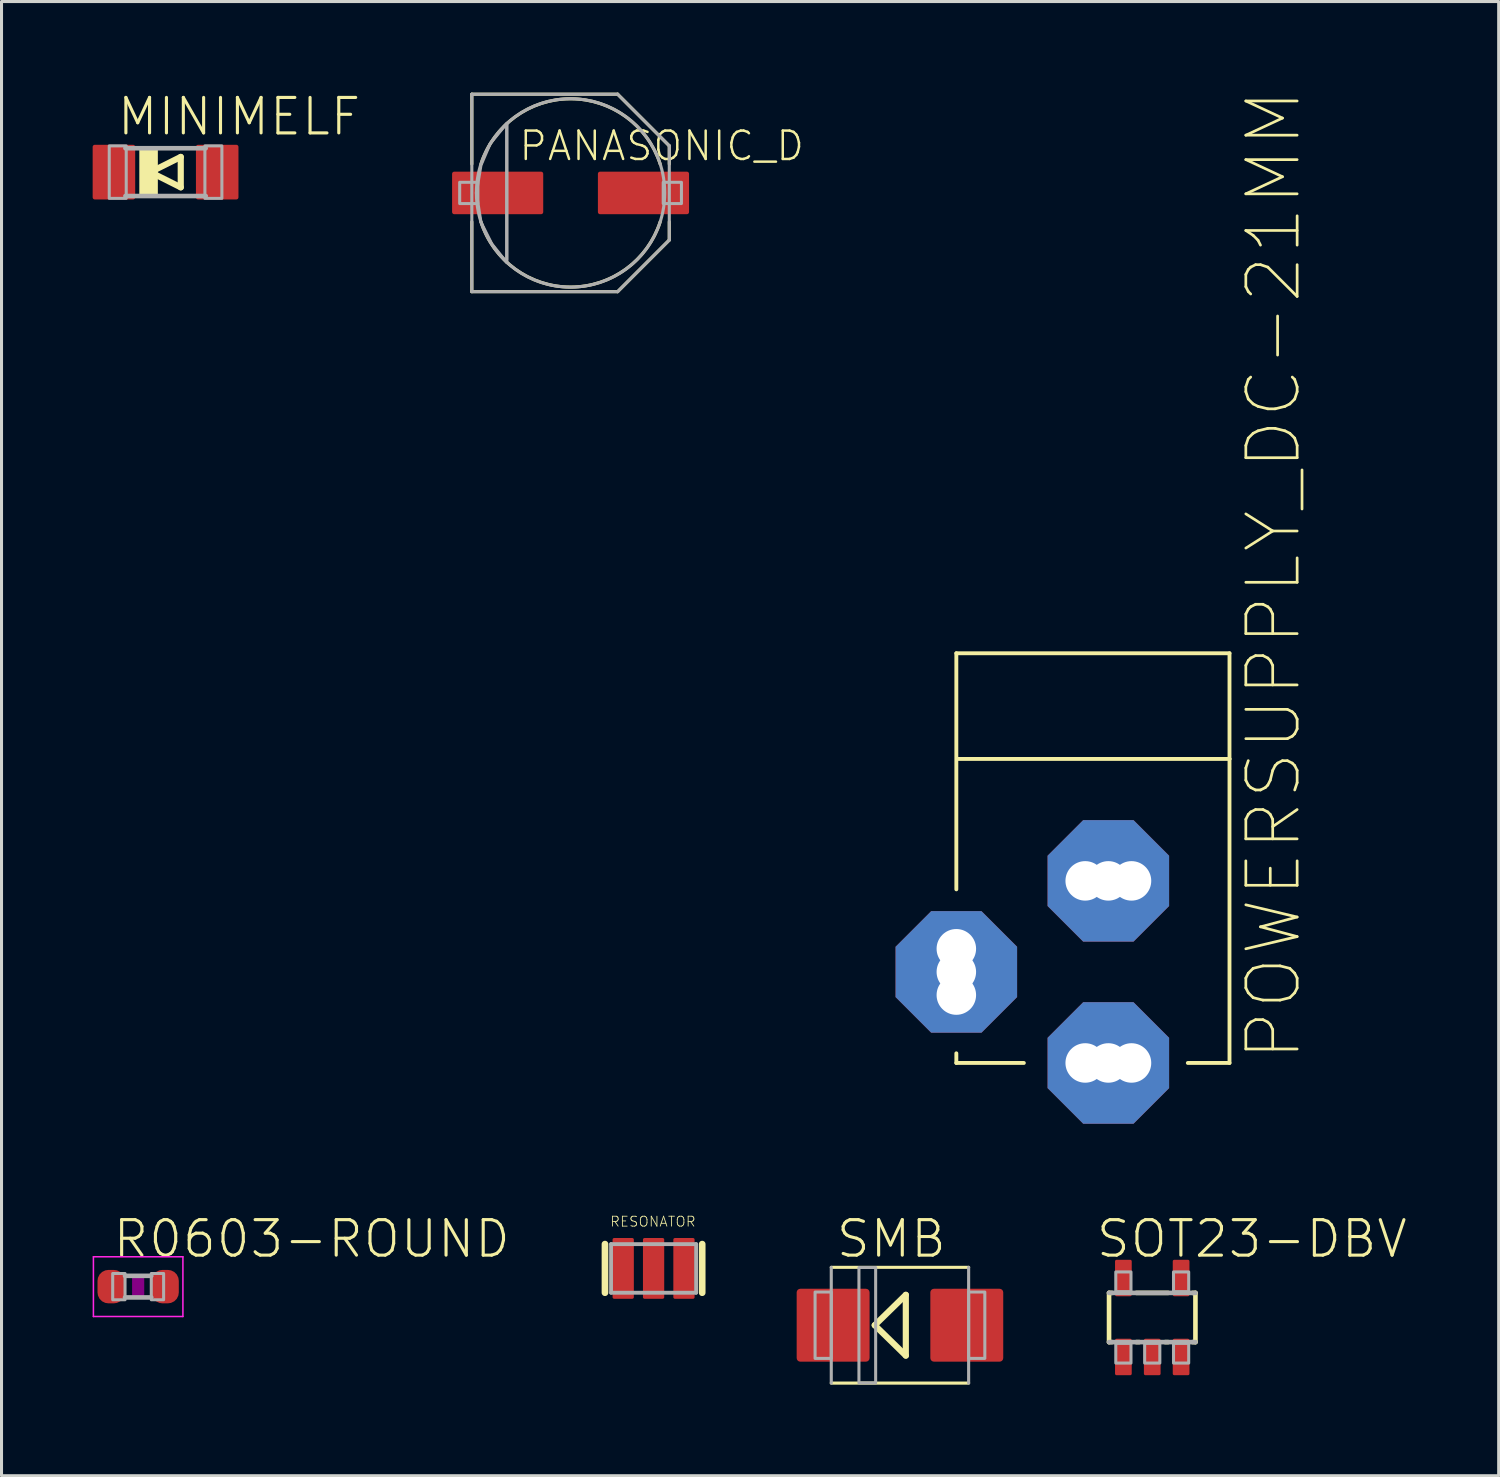
<source format=kicad_pcb>
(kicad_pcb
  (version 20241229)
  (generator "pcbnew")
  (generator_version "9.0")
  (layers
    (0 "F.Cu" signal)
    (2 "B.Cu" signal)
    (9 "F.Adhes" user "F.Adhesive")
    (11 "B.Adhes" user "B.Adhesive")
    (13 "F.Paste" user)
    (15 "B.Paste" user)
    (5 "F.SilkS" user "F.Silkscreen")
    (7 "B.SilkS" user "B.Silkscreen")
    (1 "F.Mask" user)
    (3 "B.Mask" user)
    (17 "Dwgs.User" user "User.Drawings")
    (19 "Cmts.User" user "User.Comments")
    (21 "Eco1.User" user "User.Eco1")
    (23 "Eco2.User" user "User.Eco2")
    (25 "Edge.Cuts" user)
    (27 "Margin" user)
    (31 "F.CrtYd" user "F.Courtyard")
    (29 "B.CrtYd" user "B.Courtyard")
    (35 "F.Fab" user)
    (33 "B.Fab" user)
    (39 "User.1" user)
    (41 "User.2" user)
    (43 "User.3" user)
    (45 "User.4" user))
  (footprint "PANASONIC_D"
    (layer "F.Cu")
    (at 15.732 3.301)
    (property "Reference" "PANASONIC_D" (at -1.75 -1 0) (layer "F.SilkS") (effects (font (size 0.935 0.935) (thickness 0.081)) (justify left bottom)))
    (fp_line (start -3.25 -3.25) (end 1.55 -3.25) (stroke (width 0.102) (type solid)) (layer "F.SilkS"))
    (fp_line (start -3.25 -0.95) (end -3.25 -3.25) (stroke (width 0.102) (type solid)) (layer "F.SilkS"))
    (fp_line (start -3.25 3.25) (end -3.25 0.95) (stroke (width 0.102) (type solid)) (layer "F.SilkS"))
    (fp_line (start 1.55 -3.25) (end 3.25 -1.55) (stroke (width 0.102) (type solid)) (layer "F.SilkS"))
    (fp_line (start 1.55 3.25) (end -3.25 3.25) (stroke (width 0.102) (type solid)) (layer "F.SilkS"))
    (fp_line (start 3.25 -1.55) (end 3.25 -0.95) (stroke (width 0.102) (type solid)) (layer "F.SilkS"))
    (fp_line (start 3.25 0.95) (end 3.25 1.55) (stroke (width 0.102) (type solid)) (layer "F.SilkS"))
    (fp_line (start 3.25 1.55) (end 1.55 3.25) (stroke (width 0.102) (type solid)) (layer "F.SilkS"))
    (fp_arc (start -2.95 -0.95) (mid 0 -3.099193) (end 2.95 -0.95) (stroke (width 0.1016) (type solid)) (layer "F.SilkS"))
    (fp_arc (start 2.95 0.95) (mid 0 3.099193) (end -2.95 0.95) (stroke (width 0.1016) (type solid)) (layer "F.SilkS"))
    (fp_line (start -3.25 -3.25) (end 1.55 -3.25) (stroke (width 0.102) (type solid)) (layer "F.Fab"))
    (fp_line (start -3.25 3.25) (end -3.25 -3.25) (stroke (width 0.102) (type solid)) (layer "F.Fab"))
    (fp_line (start -2.1 -2.25) (end -2.1 2.2) (stroke (width 0.102) (type solid)) (layer "F.Fab"))
    (fp_line (start 1.55 -3.25) (end 3.25 -1.55) (stroke (width 0.102) (type solid)) (layer "F.Fab"))
    (fp_line (start 1.55 3.25) (end -3.25 3.25) (stroke (width 0.102) (type solid)) (layer "F.Fab"))
    (fp_line (start 3.25 -1.55) (end 3.25 1.55) (stroke (width 0.102) (type solid)) (layer "F.Fab"))
    (fp_line (start 3.25 1.55) (end 1.55 3.25) (stroke (width 0.102) (type solid)) (layer "F.Fab"))
    (fp_circle (center 0 0) (end 3.1 0) (stroke (width 0.102) (type solid)) (fill no) (layer "F.Fab"))
    (fp_poly (pts (xy -3.65 0.35) (xy -3.05 0.35) (xy -3.05 -0.35) (xy -3.65 -0.35)) (stroke (width 0.1) (type default)) (fill no) (layer "F.Fab"))
    (fp_poly (pts (xy 3.05 0.35) (xy 3.65 0.35) (xy 3.65 -0.35) (xy 3.05 -0.35)) (stroke (width 0.1) (type default)) (fill no) (layer "F.Fab"))
    (fp_poly (pts (xy -2.099 2.295) (xy -2.593 1.678) (xy -2.949 0.966) (xy -3.101 -0.00022) (xy -2.949 -0.914) (xy -2.644 -1.627) (xy -2.099 -2.292)) (stroke (width 0.1) (type default)) (fill no) (layer "F.Fab"))
    (pad "+" smd roundrect (at 2.4 0) (size 3 1.4) (layers "F.Cu" "F.Mask" "F.Paste") (roundrect_rratio 0.05))
    (pad "-" smd roundrect (at -2.4 0) (size 3 1.4) (layers "F.Cu" "F.Mask" "F.Paste") (roundrect_rratio 0.05)))
  (footprint "POWERSUPPLY_DC-21MM"
    (layer "F.Cu")
    (at 33.511 25.591)
    (property "Reference" "POWERSUPPLY_DC-21MM" (at 6.35 6.35 90) (layer "F.SilkS") (effects (font (size 1.689 1.689) (thickness 0.089)) (justify left bottom)))
    (fp_line (start -5.08 -7.137) (end -5.08 0.635) (stroke (width 0.127) (type solid)) (layer "F.SilkS"))
    (fp_line (start -5.08 6.35) (end -5.08 6.032) (stroke (width 0.127) (type solid)) (layer "F.SilkS"))
    (fp_line (start -5.055 -3.658) (end 3.912 -3.658) (stroke (width 0.127) (type solid)) (layer "F.SilkS"))
    (fp_line (start -2.857 6.35) (end -5.08 6.35) (stroke (width 0.127) (type solid)) (layer "F.SilkS"))
    (fp_line (start 2.54 6.35) (end 3.912 6.35) (stroke (width 0.127) (type solid)) (layer "F.SilkS"))
    (fp_line (start 3.912 -7.137) (end -5.08 -7.137) (stroke (width 0.127) (type solid)) (layer "F.SilkS"))
    (fp_line (start 3.912 -3.658) (end 3.912 -7.137) (stroke (width 0.127) (type solid)) (layer "F.SilkS"))
    (fp_line (start 3.912 6.35) (end 3.912 -3.658) (stroke (width 0.127) (type solid)) (layer "F.SilkS"))
    (pad "1" thru_hole roundrect (at -5.08 3.353 90) (size 4 4) (drill 1.3) (layers "*.Cu" "*.Mask") (roundrect_rratio 0.25) (chamfer_ratio 0.293) (chamfer top_left top_right bottom_left bottom_right))
    (pad "2" thru_hole roundrect (at -0.076 6.35) (size 4 4) (drill 1.3) (layers "*.Cu" "*.Mask") (roundrect_rratio 0.25) (chamfer_ratio 0.293) (chamfer top_left top_right bottom_left bottom_right))
    (pad "3" thru_hole roundrect (at -0.076 0.356) (size 4 4) (drill 1.3) (layers "*.Cu" "*.Mask") (roundrect_rratio 0.25) (chamfer_ratio 0.293) (chamfer top_left top_right bottom_left bottom_right))
    (pad "4" thru_hole circle (at -5.08 4.115) (size 1.95 1.95) (drill 1.3) (layers "*.Cu" "*.Mask"))
    (pad "5" thru_hole circle (at -5.08 2.591) (size 1.95 1.95) (drill 1.3) (layers "*.Cu" "*.Mask"))
    (pad "6" thru_hole circle (at -0.838 0.356) (size 1.95 1.95) (drill 1.3) (layers "*.Cu" "*.Mask"))
    (pad "7" thru_hole circle (at 0.686 0.356) (size 1.95 1.95) (drill 1.3) (layers "*.Cu" "*.Mask"))
    (pad "8" thru_hole circle (at -0.838 6.35) (size 1.95 1.95) (drill 1.3) (layers "*.Cu" "*.Mask"))
    (pad "9" thru_hole circle (at 0.686 6.35) (size 1.95 1.95) (drill 1.3) (layers "*.Cu" "*.Mask")))
  (footprint "MINIMELF"
    (layer "F.Cu")
    (at 2.4 2.616)
    (property "Reference" "MINIMELF" (at -1.651 -1.143 0) (layer "F.SilkS") (effects (font (size 1.168 1.168) (thickness 0.102)) (justify left bottom)))
    (fp_line (start -0.5 0) (end 0.5 0.5) (stroke (width 0.203) (type solid)) (layer "F.SilkS"))
    (fp_line (start 0.5 -0.5) (end -0.5 0) (stroke (width 0.203) (type solid)) (layer "F.SilkS"))
    (fp_line (start 0.5 0.5) (end 0.5 -0.5) (stroke (width 0.203) (type solid)) (layer "F.SilkS"))
    (fp_poly (pts (xy -0.864 0.787) (xy -0.254 0.787) (xy -0.254 -0.787) (xy -0.864 -0.787)) (stroke (width 0) (type default)) (fill yes) (layer "F.SilkS"))
    (fp_line (start 1.321 -0.787) (end -1.321 -0.787) (stroke (width 0.152) (type solid)) (layer "F.Fab"))
    (fp_line (start 1.321 0.787) (end -1.321 0.787) (stroke (width 0.152) (type solid)) (layer "F.Fab"))
    (fp_poly (pts (xy -1.854 0.864) (xy -1.295 0.864) (xy -1.295 -0.864) (xy -1.854 -0.864)) (stroke (width 0.1) (type default)) (fill no) (layer "F.Fab"))
    (fp_poly (pts (xy 1.295 0.864) (xy 1.854 0.864) (xy 1.854 -0.864) (xy 1.295 -0.864)) (stroke (width 0.1) (type default)) (fill no) (layer "F.Fab"))
    (pad "A" smd roundrect (at 1.7 0) (size 1.4 1.8) (layers "F.Cu" "F.Mask" "F.Paste") (roundrect_rratio 0.05))
    (pad "C" smd roundrect (at -1.7 0) (size 1.4 1.8) (layers "F.Cu" "F.Mask" "F.Paste") (roundrect_rratio 0.05)))
  (footprint "RESONATOR"
    (layer "F.Cu")
    (at 18.465 38.704)
    (property "Reference" "RESONATOR" (at -1.45 -1.35 0) (layer "F.SilkS") (effects (font (size 0.327 0.327) (thickness 0.028)) (justify left bottom)))
    (fp_line (start -1.6 -0.8) (end -1.6 0.8) (stroke (width 0.22) (type solid)) (layer "F.SilkS"))
    (fp_line (start 1.6 -0.8) (end 1.6 0.8) (stroke (width 0.22) (type solid)) (layer "F.SilkS"))
    (fp_line (start -1.4 -0.8) (end 1.4 -0.8) (stroke (width 0.127) (type solid)) (layer "F.Fab"))
    (fp_line (start -1.4 0.8) (end -1.4 -0.8) (stroke (width 0.127) (type solid)) (layer "F.Fab"))
    (fp_line (start 1.4 -0.8) (end 1.4 0.8) (stroke (width 0.127) (type solid)) (layer "F.Fab"))
    (fp_line (start 1.4 0.8) (end -1.4 0.8) (stroke (width 0.127) (type solid)) (layer "F.Fab"))
    (pad "1" smd roundrect (at -1 0 90) (size 2 0.7) (layers "F.Cu" "F.Mask" "F.Paste") (roundrect_rratio 0.073))
    (pad "2" smd roundrect (at 0 0 90) (size 2 0.7) (layers "F.Cu" "F.Mask" "F.Paste") (roundrect_rratio 0.073))
    (pad "3" smd roundrect (at 1 0 90) (size 2 0.7) (layers "F.Cu" "F.Mask" "F.Paste") (roundrect_rratio 0.073)))
  (footprint "SOT23-DBV"
    (layer "F.Cu")
    (at 34.88 40.32)
    (property "Reference" "SOT23-DBV" (at -1.905 -1.905 0) (layer "F.SilkS") (effects (font (size 1.168 1.168) (thickness 0.102)) (justify left bottom)))
    (fp_line (start -1.422 -0.81) (end -1.328 -0.81) (stroke (width 0.152) (type solid)) (layer "F.SilkS"))
    (fp_line (start -1.422 0.81) (end -1.422 -0.81) (stroke (width 0.152) (type solid)) (layer "F.SilkS"))
    (fp_line (start -1.328 0.81) (end -1.422 0.81) (stroke (width 0.152) (type solid)) (layer "F.SilkS"))
    (fp_line (start -0.522 -0.81) (end 0.522 -0.81) (stroke (width 0.152) (type solid)) (layer "F.SilkS"))
    (fp_line (start -0.428 0.81) (end -0.522 0.81) (stroke (width 0.152) (type solid)) (layer "F.SilkS"))
    (fp_line (start 0.522 0.81) (end 0.428 0.81) (stroke (width 0.152) (type solid)) (layer "F.SilkS"))
    (fp_line (start 1.328 -0.81) (end 1.422 -0.81) (stroke (width 0.152) (type solid)) (layer "F.SilkS"))
    (fp_line (start 1.422 -0.81) (end 1.422 0.81) (stroke (width 0.152) (type solid)) (layer "F.SilkS"))
    (fp_line (start 1.422 0.81) (end 1.328 0.81) (stroke (width 0.152) (type solid)) (layer "F.SilkS"))
    (fp_line (start -1.422 -0.81) (end 1.422 -0.81) (stroke (width 0.152) (type solid)) (layer "F.Fab"))
    (fp_line (start 1.422 0.81) (end -1.422 0.81) (stroke (width 0.152) (type solid)) (layer "F.Fab"))
    (fp_poly (pts (xy -1.2 -0.85) (xy -0.7 -0.85) (xy -0.7 -1.5) (xy -1.2 -1.5)) (stroke (width 0.1) (type default)) (fill no) (layer "F.Fab"))
    (fp_poly (pts (xy -1.2 1.5) (xy -0.7 1.5) (xy -0.7 0.85) (xy -1.2 0.85)) (stroke (width 0.1) (type default)) (fill no) (layer "F.Fab"))
    (fp_poly (pts (xy -0.25 1.5) (xy 0.25 1.5) (xy 0.25 0.85) (xy -0.25 0.85)) (stroke (width 0.1) (type default)) (fill no) (layer "F.Fab"))
    (fp_poly (pts (xy 0.7 -0.85) (xy 1.2 -0.85) (xy 1.2 -1.5) (xy 0.7 -1.5)) (stroke (width 0.1) (type default)) (fill no) (layer "F.Fab"))
    (fp_poly (pts (xy 0.7 1.5) (xy 1.2 1.5) (xy 1.2 0.85) (xy 0.7 0.85)) (stroke (width 0.1) (type default)) (fill no) (layer "F.Fab"))
    (pad "1" smd roundrect (at -0.95 1.3) (size 0.55 1.2) (layers "F.Cu" "F.Mask" "F.Paste") (roundrect_rratio 0.092))
    (pad "2" smd roundrect (at 0 1.3) (size 0.55 1.2) (layers "F.Cu" "F.Mask" "F.Paste") (roundrect_rratio 0.092))
    (pad "3" smd roundrect (at 0.95 1.3) (size 0.55 1.2) (layers "F.Cu" "F.Mask" "F.Paste") (roundrect_rratio 0.092))
    (pad "4" smd roundrect (at 0.95 -1.3) (size 0.55 1.2) (layers "F.Cu" "F.Mask" "F.Paste") (roundrect_rratio 0.092))
    (pad "5" smd roundrect (at -0.95 -1.3) (size 0.55 1.2) (layers "F.Cu" "F.Mask" "F.Paste") (roundrect_rratio 0.092)))
  (footprint "R0603-ROUND"
    (layer "F.Cu")
    (at 1.498 39.304)
    (property "Reference" "R0603-ROUND" (at -0.889 -0.889 0) (layer "F.SilkS") (effects (font (size 1.168 1.168) (thickness 0.102)) (justify left bottom)))
    (fp_poly (pts (xy -0.2 0.4) (xy 0.2 0.4) (xy 0.2 -0.4) (xy -0.2 -0.4)) (stroke (width 0) (type default)) (fill yes) (layer "F.Adhes"))
    (fp_line (start -1.473 -0.983) (end 1.473 -0.983) (stroke (width 0.051) (type solid)) (layer "F.CrtYd"))
    (fp_line (start -1.473 0.983) (end -1.473 -0.983) (stroke (width 0.051) (type solid)) (layer "F.CrtYd"))
    (fp_line (start 1.473 -0.983) (end 1.473 0.983) (stroke (width 0.051) (type solid)) (layer "F.CrtYd"))
    (fp_line (start 1.473 0.983) (end -1.473 0.983) (stroke (width 0.051) (type solid)) (layer "F.CrtYd"))
    (fp_line (start -0.432 0.356) (end 0.432 0.356) (stroke (width 0.152) (type solid)) (layer "F.Fab"))
    (fp_line (start 0.432 -0.356) (end -0.432 -0.356) (stroke (width 0.152) (type solid)) (layer "F.Fab"))
    (fp_poly (pts (xy -0.838 0.432) (xy -0.432 0.432) (xy -0.432 -0.432) (xy -0.838 -0.432)) (stroke (width 0.1) (type default)) (fill no) (layer "F.Fab"))
    (fp_poly (pts (xy 0.432 0.432) (xy 0.838 0.432) (xy 0.838 -0.432) (xy 0.432 -0.432)) (stroke (width 0.1) (type default)) (fill no) (layer "F.Fab"))
    (pad "1" smd roundrect (at -0.889 0) (size 0.898 1.1) (layers "F.Cu" "F.Mask" "F.Paste") (roundrect_rratio 0.4))
    (pad "2" smd roundrect (at 0.889 0) (size 0.898 1.1) (layers "F.Cu" "F.Mask" "F.Paste") (roundrect_rratio 0.4)))
  (footprint "SMB"
    (layer "F.Cu")
    (at 26.575 40.574)
    (property "Reference" "SMB" (at -2.159 -2.159 0) (layer "F.SilkS") (effects (font (size 1.168 1.168) (thickness 0.102)) (justify left bottom)))
    (fp_line (start -2.261 -1.905) (end 2.261 -1.905) (stroke (width 0.102) (type solid)) (layer "F.SilkS"))
    (fp_line (start -2.261 1.905) (end 2.261 1.905) (stroke (width 0.102) (type solid)) (layer "F.SilkS"))
    (fp_line (start -0.83 0) (end 0.193 1) (stroke (width 0.203) (type solid)) (layer "F.SilkS"))
    (fp_line (start 0.193 -1) (end -0.83 0) (stroke (width 0.203) (type solid)) (layer "F.SilkS"))
    (fp_line (start 0.193 1) (end 0.193 -1) (stroke (width 0.203) (type solid)) (layer "F.SilkS"))
    (fp_line (start -2.261 1.905) (end -2.261 -1.905) (stroke (width 0.102) (type solid)) (layer "F.Fab"))
    (fp_line (start 2.261 1.905) (end 2.261 -1.905) (stroke (width 0.102) (type solid)) (layer "F.Fab"))
    (fp_poly (pts (xy -2.794 1.092) (xy -2.261 1.092) (xy -2.261 -1.092) (xy -2.794 -1.092)) (stroke (width 0.1) (type default)) (fill no) (layer "F.Fab"))
    (fp_poly (pts (xy -1.35 1.9) (xy -0.8 1.9) (xy -0.8 -1.9) (xy -1.35 -1.9)) (stroke (width 0.1) (type default)) (fill no) (layer "F.Fab"))
    (fp_poly (pts (xy 2.261 1.092) (xy 2.794 1.092) (xy 2.794 -1.092) (xy 2.261 -1.092)) (stroke (width 0.1) (type default)) (fill no) (layer "F.Fab"))
    (pad "A" smd roundrect (at 2.2 0) (size 2.4 2.4) (layers "F.Cu" "F.Mask" "F.Paste") (roundrect_rratio 0.05))
    (pad "C" smd roundrect (at -2.2 0) (size 2.4 2.4) (layers "F.Cu" "F.Mask" "F.Paste") (roundrect_rratio 0.05)))
  (gr_rect
    (start -3 -3)
    (end 46.284 45.529)
    (stroke (width 0.1) (type default))
    (fill no)
    (layer "Edge.Cuts")))
</source>
